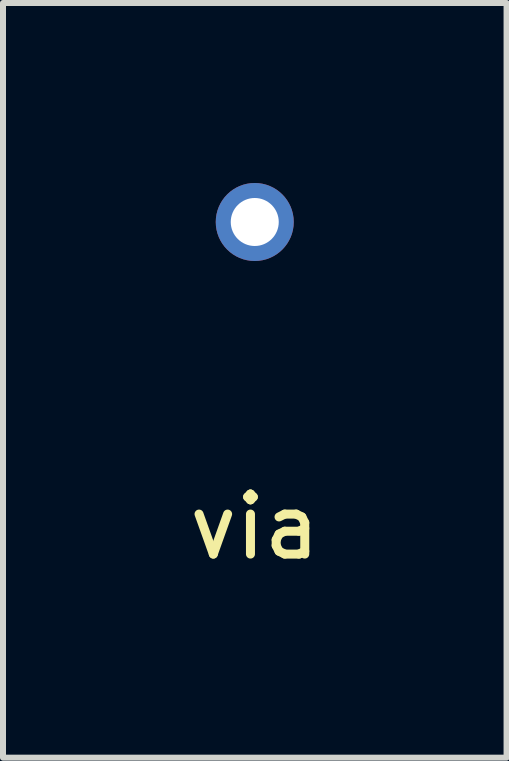
<source format=kicad_pcb>
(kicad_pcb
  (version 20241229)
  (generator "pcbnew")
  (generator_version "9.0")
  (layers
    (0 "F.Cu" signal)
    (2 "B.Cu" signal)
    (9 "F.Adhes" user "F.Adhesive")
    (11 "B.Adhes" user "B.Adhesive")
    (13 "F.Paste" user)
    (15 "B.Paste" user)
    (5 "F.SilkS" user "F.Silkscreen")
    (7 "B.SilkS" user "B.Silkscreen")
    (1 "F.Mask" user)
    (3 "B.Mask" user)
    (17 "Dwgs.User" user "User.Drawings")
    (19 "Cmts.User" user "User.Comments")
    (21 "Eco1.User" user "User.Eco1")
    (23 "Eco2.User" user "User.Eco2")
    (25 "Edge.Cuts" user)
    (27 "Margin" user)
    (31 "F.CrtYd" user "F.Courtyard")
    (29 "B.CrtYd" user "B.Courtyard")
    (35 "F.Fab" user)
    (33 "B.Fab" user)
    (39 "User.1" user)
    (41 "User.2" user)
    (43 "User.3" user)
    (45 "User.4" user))
  (footprint "via"
    (layer "F.Cu")
    (at 1.196 0.65)
    (property "Reference" "via" (at 0 5.08 0) (layer "F.SilkS") (effects (font (size 1 1) (thickness 0.15))))
    (attr through_hole)
    (pad "1" thru_hole circle (at 0 0) (size 1.3 1.3) (drill 0.8) (layers "*.Cu" "*.Mask")))
  (gr_rect
    (start -3 -3)
    (end 5.393 9.578)
    (stroke (width 0.1) (type default))
    (fill no)
    (layer "Edge.Cuts")))
</source>
